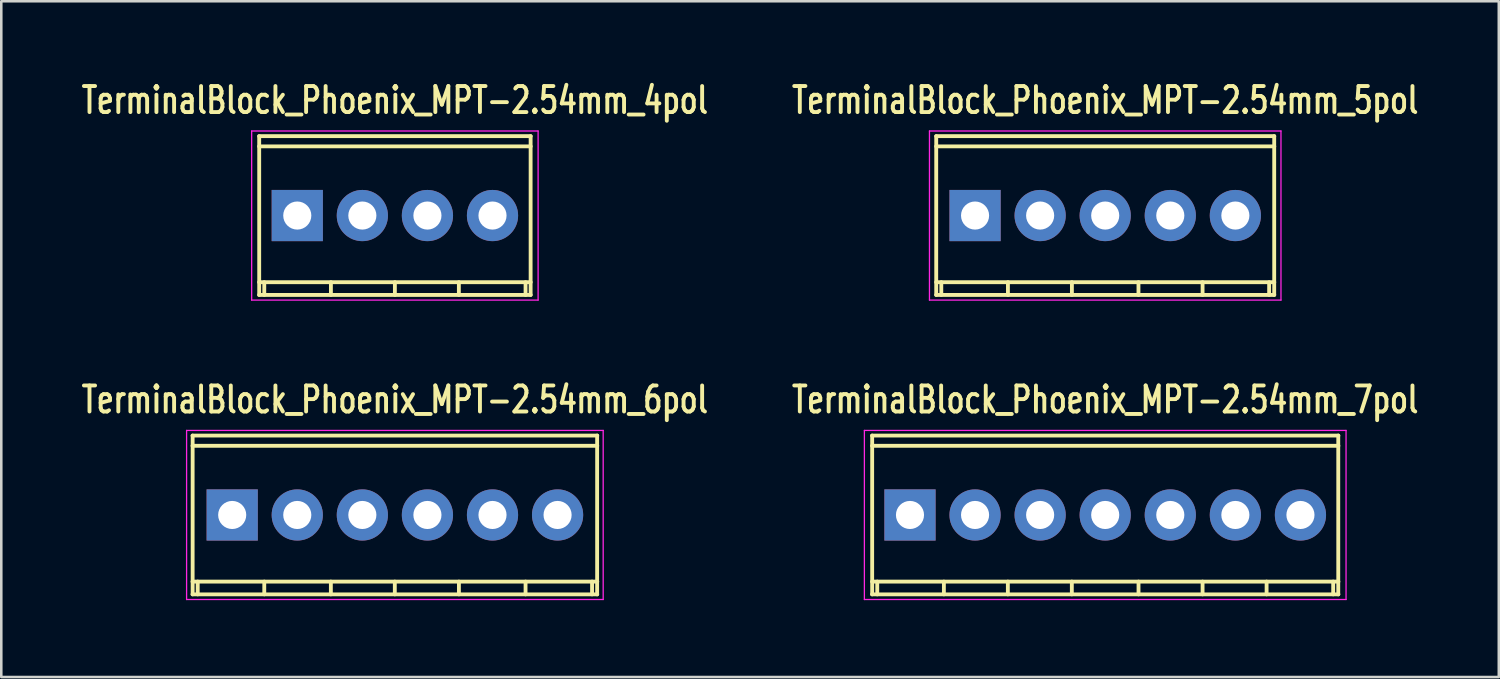
<source format=kicad_pcb>
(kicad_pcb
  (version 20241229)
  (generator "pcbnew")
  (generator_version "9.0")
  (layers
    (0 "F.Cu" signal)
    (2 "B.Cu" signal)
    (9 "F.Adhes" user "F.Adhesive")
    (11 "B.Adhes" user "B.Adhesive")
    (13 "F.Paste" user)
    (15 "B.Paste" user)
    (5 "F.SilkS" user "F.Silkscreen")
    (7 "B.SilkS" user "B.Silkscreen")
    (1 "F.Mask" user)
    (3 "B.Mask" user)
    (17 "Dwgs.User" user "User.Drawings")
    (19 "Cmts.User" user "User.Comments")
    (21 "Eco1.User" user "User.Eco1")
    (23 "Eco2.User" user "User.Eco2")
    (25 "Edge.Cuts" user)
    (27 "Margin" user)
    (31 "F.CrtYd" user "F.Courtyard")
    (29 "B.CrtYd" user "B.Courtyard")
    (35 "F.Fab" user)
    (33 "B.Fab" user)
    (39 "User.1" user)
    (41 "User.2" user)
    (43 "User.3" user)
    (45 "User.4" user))
  (footprint "TerminalBlock_Phoenix_MPT-2.54mm_4pol"
    (layer "F.Cu")
    (at 8.553 5.363)
    (property "Reference" "TerminalBlock_Phoenix_MPT-2.54mm_4pol" (at 3.81 -4.501 0) (layer "F.SilkS") (effects (font (size 1.016 0.762) (thickness 0.152))))
    (attr through_hole)
    (fp_line (start -1.491 -2.7) (end 9.111 -2.7) (stroke (width 0.15) (type solid)) (layer "F.SilkS"))
    (fp_line (start -1.491 2.601) (end 9.111 2.601) (stroke (width 0.15) (type solid)) (layer "F.SilkS"))
    (fp_line (start -1.486 -3.099) (end -1.486 3.099) (stroke (width 0.15) (type solid)) (layer "F.SilkS"))
    (fp_line (start -1.288 3.099) (end -1.288 2.601) (stroke (width 0.15) (type solid)) (layer "F.SilkS"))
    (fp_line (start 1.313 3.099) (end 1.313 2.601) (stroke (width 0.15) (type solid)) (layer "F.SilkS"))
    (fp_line (start 3.81 2.601) (end 3.81 3.099) (stroke (width 0.15) (type solid)) (layer "F.SilkS"))
    (fp_line (start 6.307 2.601) (end 6.307 3.099) (stroke (width 0.15) (type solid)) (layer "F.SilkS"))
    (fp_line (start 8.91 2.601) (end 8.91 3.099) (stroke (width 0.15) (type solid)) (layer "F.SilkS"))
    (fp_line (start 9.108 3.099) (end 9.108 -3.099) (stroke (width 0.15) (type solid)) (layer "F.SilkS"))
    (fp_line (start 9.111 -3.099) (end -1.491 -3.099) (stroke (width 0.15) (type solid)) (layer "F.SilkS"))
    (fp_line (start 9.111 3.099) (end -1.491 3.099) (stroke (width 0.15) (type solid)) (layer "F.SilkS"))
    (fp_line (start -1.78 -3.3) (end 9.4 -3.3) (stroke (width 0.05) (type solid)) (layer "F.CrtYd"))
    (fp_line (start -1.78 3.3) (end -1.78 -3.3) (stroke (width 0.05) (type solid)) (layer "F.CrtYd"))
    (fp_line (start 9.4 -3.3) (end 9.4 3.3) (stroke (width 0.05) (type solid)) (layer "F.CrtYd"))
    (fp_line (start 9.4 3.3) (end -1.78 3.3) (stroke (width 0.05) (type solid)) (layer "F.CrtYd"))
    (pad "1" thru_hole rect (at 0 0 180) (size 1.999 1.999) (drill 1.097) (layers "*.Cu" "*.Mask"))
    (pad "2" thru_hole oval (at 2.54 0 180) (size 1.999 1.999) (drill 1.097) (layers "*.Cu" "*.Mask"))
    (pad "3" thru_hole oval (at 5.08 0 180) (size 1.999 1.999) (drill 1.097) (layers "*.Cu" "*.Mask"))
    (pad "4" thru_hole oval (at 7.62 0 180) (size 1.999 1.999) (drill 1.097) (layers "*.Cu" "*.Mask")))
  (footprint "TerminalBlock_Phoenix_MPT-2.54mm_7pol"
    (layer "F.Cu")
    (at 32.468 17.05)
    (property "Reference" "TerminalBlock_Phoenix_MPT-2.54mm_7pol" (at 7.62 -4.501 0) (layer "F.SilkS") (effects (font (size 1.016 0.762) (thickness 0.152))))
    (attr through_hole)
    (fp_line (start -1.481 3.099) (end 16.721 3.099) (stroke (width 0.15) (type solid)) (layer "F.SilkS"))
    (fp_line (start -1.476 -3.099) (end -1.476 3.099) (stroke (width 0.15) (type solid)) (layer "F.SilkS"))
    (fp_line (start -1.278 3.099) (end -1.278 2.601) (stroke (width 0.15) (type solid)) (layer "F.SilkS"))
    (fp_line (start 1.323 3.099) (end 1.323 2.601) (stroke (width 0.15) (type solid)) (layer "F.SilkS"))
    (fp_line (start 3.82 2.601) (end 3.82 3.099) (stroke (width 0.15) (type solid)) (layer "F.SilkS"))
    (fp_line (start 6.317 2.601) (end 6.317 3.099) (stroke (width 0.15) (type solid)) (layer "F.SilkS"))
    (fp_line (start 8.92 2.601) (end 8.92 3.099) (stroke (width 0.15) (type solid)) (layer "F.SilkS"))
    (fp_line (start 11.42 2.601) (end 11.42 3.099) (stroke (width 0.15) (type solid)) (layer "F.SilkS"))
    (fp_line (start 13.919 2.601) (end 13.919 3.099) (stroke (width 0.15) (type solid)) (layer "F.SilkS"))
    (fp_line (start 16.518 2.601) (end 16.518 3.099) (stroke (width 0.15) (type solid)) (layer "F.SilkS"))
    (fp_line (start 16.716 3.099) (end 16.716 -3.099) (stroke (width 0.15) (type solid)) (layer "F.SilkS"))
    (fp_line (start 16.721 -3.099) (end -1.481 -3.099) (stroke (width 0.15) (type solid)) (layer "F.SilkS"))
    (fp_line (start 16.721 -2.7) (end -1.481 -2.7) (stroke (width 0.15) (type solid)) (layer "F.SilkS"))
    (fp_line (start 16.721 2.601) (end -1.481 2.601) (stroke (width 0.15) (type solid)) (layer "F.SilkS"))
    (fp_line (start -1.78 -3.3) (end 17.02 -3.3) (stroke (width 0.05) (type solid)) (layer "F.CrtYd"))
    (fp_line (start -1.78 3.3) (end -1.78 -3.3) (stroke (width 0.05) (type solid)) (layer "F.CrtYd"))
    (fp_line (start 17.02 -3.3) (end 17.02 3.3) (stroke (width 0.05) (type solid)) (layer "F.CrtYd"))
    (fp_line (start 17.02 3.3) (end -1.78 3.3) (stroke (width 0.05) (type solid)) (layer "F.CrtYd"))
    (pad "1" thru_hole rect (at 0 0 180) (size 1.999 1.999) (drill 1.097) (layers "*.Cu" "*.Mask"))
    (pad "2" thru_hole oval (at 2.54 0 180) (size 1.999 1.999) (drill 1.097) (layers "*.Cu" "*.Mask"))
    (pad "3" thru_hole oval (at 5.08 0 180) (size 1.999 1.999) (drill 1.097) (layers "*.Cu" "*.Mask"))
    (pad "4" thru_hole oval (at 7.62 0 180) (size 1.999 1.999) (drill 1.097) (layers "*.Cu" "*.Mask"))
    (pad "5" thru_hole oval (at 10.16 0 180) (size 1.999 1.999) (drill 1.097) (layers "*.Cu" "*.Mask"))
    (pad "6" thru_hole oval (at 12.7 0 180) (size 1.999 1.999) (drill 1.097) (layers "*.Cu" "*.Mask"))
    (pad "7" thru_hole oval (at 15.24 0 180) (size 1.999 1.999) (drill 1.097) (layers "*.Cu" "*.Mask")))
  (footprint "TerminalBlock_Phoenix_MPT-2.54mm_6pol"
    (layer "F.Cu")
    (at 6.013 17.05)
    (property "Reference" "TerminalBlock_Phoenix_MPT-2.54mm_6pol" (at 6.35 -4.501 0) (layer "F.SilkS") (effects (font (size 1.016 0.762) (thickness 0.152))))
    (attr through_hole)
    (fp_line (start -1.549 3.099) (end 14.249 3.099) (stroke (width 0.15) (type solid)) (layer "F.SilkS"))
    (fp_line (start -1.544 -3.099) (end -1.544 3.099) (stroke (width 0.15) (type solid)) (layer "F.SilkS"))
    (fp_line (start -1.346 3.099) (end -1.346 2.601) (stroke (width 0.15) (type solid)) (layer "F.SilkS"))
    (fp_line (start 1.252 3.099) (end 1.252 2.601) (stroke (width 0.15) (type solid)) (layer "F.SilkS"))
    (fp_line (start 3.851 2.601) (end 3.851 3.099) (stroke (width 0.15) (type solid)) (layer "F.SilkS"))
    (fp_line (start 6.347 2.601) (end 6.347 3.099) (stroke (width 0.15) (type solid)) (layer "F.SilkS"))
    (fp_line (start 8.849 2.601) (end 8.849 3.099) (stroke (width 0.15) (type solid)) (layer "F.SilkS"))
    (fp_line (start 11.45 2.601) (end 11.45 3.099) (stroke (width 0.15) (type solid)) (layer "F.SilkS"))
    (fp_line (start 14.046 2.601) (end 14.046 3.099) (stroke (width 0.15) (type solid)) (layer "F.SilkS"))
    (fp_line (start 14.244 3.099) (end 14.244 -3.099) (stroke (width 0.15) (type solid)) (layer "F.SilkS"))
    (fp_line (start 14.249 -3.099) (end -1.549 -3.099) (stroke (width 0.15) (type solid)) (layer "F.SilkS"))
    (fp_line (start 14.249 -2.7) (end -1.549 -2.7) (stroke (width 0.15) (type solid)) (layer "F.SilkS"))
    (fp_line (start 14.249 2.601) (end -1.549 2.601) (stroke (width 0.15) (type solid)) (layer "F.SilkS"))
    (fp_line (start -1.78 -3.3) (end 14.48 -3.3) (stroke (width 0.05) (type solid)) (layer "F.CrtYd"))
    (fp_line (start -1.78 3.3) (end -1.78 -3.3) (stroke (width 0.05) (type solid)) (layer "F.CrtYd"))
    (fp_line (start 14.48 -3.3) (end 14.48 3.3) (stroke (width 0.05) (type solid)) (layer "F.CrtYd"))
    (fp_line (start 14.48 3.3) (end -1.78 3.3) (stroke (width 0.05) (type solid)) (layer "F.CrtYd"))
    (pad "1" thru_hole rect (at 0 0 180) (size 1.999 1.999) (drill 1.097) (layers "*.Cu" "*.Mask"))
    (pad "2" thru_hole oval (at 2.54 0 180) (size 1.999 1.999) (drill 1.097) (layers "*.Cu" "*.Mask"))
    (pad "3" thru_hole oval (at 5.08 0 180) (size 1.999 1.999) (drill 1.097) (layers "*.Cu" "*.Mask"))
    (pad "4" thru_hole oval (at 7.62 0 180) (size 1.999 1.999) (drill 1.097) (layers "*.Cu" "*.Mask"))
    (pad "5" thru_hole oval (at 10.16 0 180) (size 1.999 1.999) (drill 1.097) (layers "*.Cu" "*.Mask"))
    (pad "6" thru_hole oval (at 12.7 0 180) (size 1.999 1.999) (drill 1.097) (layers "*.Cu" "*.Mask")))
  (footprint "TerminalBlock_Phoenix_MPT-2.54mm_5pol"
    (layer "F.Cu")
    (at 35.008 5.363)
    (property "Reference" "TerminalBlock_Phoenix_MPT-2.54mm_5pol" (at 5.08 -4.501 0) (layer "F.SilkS") (effects (font (size 1.016 0.762) (thickness 0.152))))
    (attr through_hole)
    (fp_line (start -1.519 -2.7) (end 11.679 -2.7) (stroke (width 0.15) (type solid)) (layer "F.SilkS"))
    (fp_line (start -1.519 2.601) (end 11.679 2.601) (stroke (width 0.15) (type solid)) (layer "F.SilkS"))
    (fp_line (start -1.516 -3.099) (end -1.516 3.099) (stroke (width 0.15) (type solid)) (layer "F.SilkS"))
    (fp_line (start -1.318 3.099) (end -1.318 2.601) (stroke (width 0.15) (type solid)) (layer "F.SilkS"))
    (fp_line (start 1.283 3.099) (end 1.283 2.601) (stroke (width 0.15) (type solid)) (layer "F.SilkS"))
    (fp_line (start 3.78 2.601) (end 3.78 3.099) (stroke (width 0.15) (type solid)) (layer "F.SilkS"))
    (fp_line (start 6.378 2.601) (end 6.378 3.099) (stroke (width 0.15) (type solid)) (layer "F.SilkS"))
    (fp_line (start 8.88 2.601) (end 8.88 3.099) (stroke (width 0.15) (type solid)) (layer "F.SilkS"))
    (fp_line (start 11.478 2.601) (end 11.478 3.099) (stroke (width 0.15) (type solid)) (layer "F.SilkS"))
    (fp_line (start 11.676 3.099) (end 11.676 -3.099) (stroke (width 0.15) (type solid)) (layer "F.SilkS"))
    (fp_line (start 11.679 -3.099) (end -1.519 -3.099) (stroke (width 0.15) (type solid)) (layer "F.SilkS"))
    (fp_line (start 11.679 3.099) (end -1.519 3.099) (stroke (width 0.15) (type solid)) (layer "F.SilkS"))
    (fp_line (start -1.78 -3.3) (end 11.94 -3.3) (stroke (width 0.05) (type solid)) (layer "F.CrtYd"))
    (fp_line (start -1.78 3.3) (end -1.78 -3.3) (stroke (width 0.05) (type solid)) (layer "F.CrtYd"))
    (fp_line (start 11.94 -3.3) (end 11.94 3.3) (stroke (width 0.05) (type solid)) (layer "F.CrtYd"))
    (fp_line (start 11.94 3.3) (end -1.78 3.3) (stroke (width 0.05) (type solid)) (layer "F.CrtYd"))
    (pad "1" thru_hole rect (at 0 0 180) (size 1.999 1.999) (drill 1.097) (layers "*.Cu" "*.Mask"))
    (pad "2" thru_hole oval (at 2.54 0 180) (size 1.999 1.999) (drill 1.097) (layers "*.Cu" "*.Mask"))
    (pad "3" thru_hole oval (at 5.08 0 180) (size 1.999 1.999) (drill 1.097) (layers "*.Cu" "*.Mask"))
    (pad "4" thru_hole oval (at 7.62 0 180) (size 1.999 1.999) (drill 1.097) (layers "*.Cu" "*.Mask"))
    (pad "5" thru_hole oval (at 10.16 0 180) (size 1.999 1.999) (drill 1.097) (layers "*.Cu" "*.Mask")))
  (gr_rect
    (start -3 -3)
    (end 55.45 23.375)
    (stroke (width 0.1) (type default))
    (fill no)
    (layer "Edge.Cuts")))
</source>
